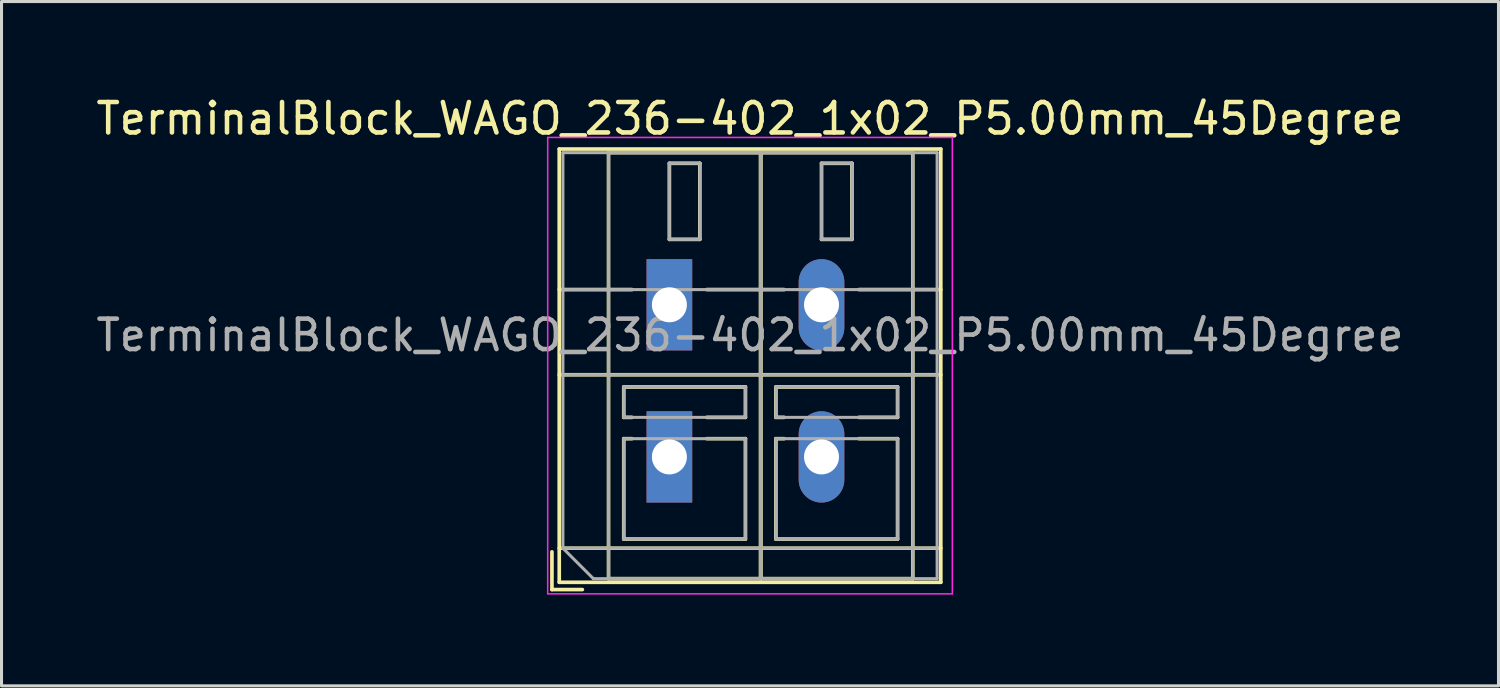
<source format=kicad_pcb>
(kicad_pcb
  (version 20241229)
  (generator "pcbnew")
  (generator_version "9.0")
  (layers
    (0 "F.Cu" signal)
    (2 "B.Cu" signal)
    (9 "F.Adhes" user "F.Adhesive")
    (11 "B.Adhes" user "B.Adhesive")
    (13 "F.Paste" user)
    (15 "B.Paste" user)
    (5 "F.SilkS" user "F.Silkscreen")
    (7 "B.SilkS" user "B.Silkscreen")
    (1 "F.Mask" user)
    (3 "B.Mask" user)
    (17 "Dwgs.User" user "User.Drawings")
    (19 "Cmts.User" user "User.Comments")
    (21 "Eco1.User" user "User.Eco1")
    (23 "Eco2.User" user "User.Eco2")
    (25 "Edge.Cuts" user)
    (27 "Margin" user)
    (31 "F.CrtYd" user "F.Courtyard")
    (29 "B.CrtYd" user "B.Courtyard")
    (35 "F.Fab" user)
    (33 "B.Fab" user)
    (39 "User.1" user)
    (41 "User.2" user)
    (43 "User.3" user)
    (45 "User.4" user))
  (footprint "TerminalBlock_WAGO_236-402_1x02_P5.00mm_45Degree"
    (layer "F.Cu")
    (at 18.951 6.968)
    (property "Reference" "TerminalBlock_WAGO_236-402_1x02_P5.00mm_45Degree" (at 2.65 -6.12 0) (layer "F.SilkS") (effects (font (size 1 1) (thickness 0.15))))
    (attr through_hole)
    (fp_line (start -3.86 8.12) (end -3.86 9.36) (stroke (width 0.12) (type solid)) (layer "F.SilkS"))
    (fp_line (start -3.86 9.36) (end -2.86 9.36) (stroke (width 0.12) (type solid)) (layer "F.SilkS"))
    (fp_line (start -3.62 -5.12) (end -3.62 9.12) (stroke (width 0.12) (type solid)) (layer "F.SilkS"))
    (fp_line (start -3.62 -5.12) (end 8.921 -5.12) (stroke (width 0.12) (type solid)) (layer "F.SilkS"))
    (fp_line (start -3.62 -0.5) (end -1.23 -0.5) (stroke (width 0.12) (type solid)) (layer "F.SilkS"))
    (fp_line (start -3.62 2.3) (end 8.921 2.3) (stroke (width 0.12) (type solid)) (layer "F.SilkS"))
    (fp_line (start -3.62 8) (end 8.921 8) (stroke (width 0.12) (type solid)) (layer "F.SilkS"))
    (fp_line (start -3.62 9.12) (end 8.921 9.12) (stroke (width 0.12) (type solid)) (layer "F.SilkS"))
    (fp_line (start -2 -5) (end -2 9) (stroke (width 0.12) (type solid)) (layer "F.SilkS"))
    (fp_line (start -2 -5) (end 3 -5) (stroke (width 0.12) (type solid)) (layer "F.SilkS"))
    (fp_line (start -2 9) (end 3 9) (stroke (width 0.12) (type solid)) (layer "F.SilkS"))
    (fp_line (start -1.5 2.7) (end -1.5 3.7) (stroke (width 0.12) (type solid)) (layer "F.SilkS"))
    (fp_line (start -1.5 2.7) (end 2.5 2.7) (stroke (width 0.12) (type solid)) (layer "F.SilkS"))
    (fp_line (start -1.5 3.7) (end -1.23 3.7) (stroke (width 0.12) (type solid)) (layer "F.SilkS"))
    (fp_line (start -1.5 4.4) (end -1.5 7.7) (stroke (width 0.12) (type solid)) (layer "F.SilkS"))
    (fp_line (start -1.5 4.4) (end -1.23 4.4) (stroke (width 0.12) (type solid)) (layer "F.SilkS"))
    (fp_line (start -1.5 7.7) (end 2.5 7.7) (stroke (width 0.12) (type solid)) (layer "F.SilkS"))
    (fp_line (start 0 -4.65) (end 0 -2.151) (stroke (width 0.12) (type solid)) (layer "F.SilkS"))
    (fp_line (start 0 -4.65) (end 1 -4.65) (stroke (width 0.12) (type solid)) (layer "F.SilkS"))
    (fp_line (start 0 -2.151) (end 1 -2.151) (stroke (width 0.12) (type solid)) (layer "F.SilkS"))
    (fp_line (start 1 -4.65) (end 1 -2.151) (stroke (width 0.12) (type solid)) (layer "F.SilkS"))
    (fp_line (start 1.23 -0.5) (end 3.77 -0.5) (stroke (width 0.12) (type solid)) (layer "F.SilkS"))
    (fp_line (start 1.23 3.7) (end 2.5 3.7) (stroke (width 0.12) (type solid)) (layer "F.SilkS"))
    (fp_line (start 1.23 4.4) (end 2.5 4.4) (stroke (width 0.12) (type solid)) (layer "F.SilkS"))
    (fp_line (start 2.5 2.7) (end 2.5 3.7) (stroke (width 0.12) (type solid)) (layer "F.SilkS"))
    (fp_line (start 2.5 4.4) (end 2.5 7.7) (stroke (width 0.12) (type solid)) (layer "F.SilkS"))
    (fp_line (start 3 -5) (end 3 9) (stroke (width 0.12) (type solid)) (layer "F.SilkS"))
    (fp_line (start 3 -5) (end 3 9) (stroke (width 0.12) (type solid)) (layer "F.SilkS"))
    (fp_line (start 3 -5) (end 8 -5) (stroke (width 0.12) (type solid)) (layer "F.SilkS"))
    (fp_line (start 3 9) (end 8 9) (stroke (width 0.12) (type solid)) (layer "F.SilkS"))
    (fp_line (start 3.5 2.7) (end 3.5 3.7) (stroke (width 0.12) (type solid)) (layer "F.SilkS"))
    (fp_line (start 3.5 2.7) (end 7.5 2.7) (stroke (width 0.12) (type solid)) (layer "F.SilkS"))
    (fp_line (start 3.5 3.7) (end 3.77 3.7) (stroke (width 0.12) (type solid)) (layer "F.SilkS"))
    (fp_line (start 3.5 4.4) (end 3.5 7.7) (stroke (width 0.12) (type solid)) (layer "F.SilkS"))
    (fp_line (start 3.5 4.4) (end 3.77 4.4) (stroke (width 0.12) (type solid)) (layer "F.SilkS"))
    (fp_line (start 3.5 7.7) (end 7.5 7.7) (stroke (width 0.12) (type solid)) (layer "F.SilkS"))
    (fp_line (start 5 -4.65) (end 5 -2.151) (stroke (width 0.12) (type solid)) (layer "F.SilkS"))
    (fp_line (start 5 -4.65) (end 6 -4.65) (stroke (width 0.12) (type solid)) (layer "F.SilkS"))
    (fp_line (start 5 -2.151) (end 6 -2.151) (stroke (width 0.12) (type solid)) (layer "F.SilkS"))
    (fp_line (start 6 -4.65) (end 6 -2.151) (stroke (width 0.12) (type solid)) (layer "F.SilkS"))
    (fp_line (start 6.23 -0.5) (end 8.921 -0.5) (stroke (width 0.12) (type solid)) (layer "F.SilkS"))
    (fp_line (start 6.23 3.7) (end 7.5 3.7) (stroke (width 0.12) (type solid)) (layer "F.SilkS"))
    (fp_line (start 6.23 4.4) (end 7.5 4.4) (stroke (width 0.12) (type solid)) (layer "F.SilkS"))
    (fp_line (start 7.5 2.7) (end 7.5 3.7) (stroke (width 0.12) (type solid)) (layer "F.SilkS"))
    (fp_line (start 7.5 4.4) (end 7.5 7.7) (stroke (width 0.12) (type solid)) (layer "F.SilkS"))
    (fp_line (start 8 -5) (end 8 9) (stroke (width 0.12) (type solid)) (layer "F.SilkS"))
    (fp_line (start 8.921 -5.12) (end 8.921 9.12) (stroke (width 0.12) (type solid)) (layer "F.SilkS"))
    (fp_line (start -4 -5.5) (end -4 9.5) (stroke (width 0.05) (type solid)) (layer "F.CrtYd"))
    (fp_line (start -4 9.5) (end 9.3 9.5) (stroke (width 0.05) (type solid)) (layer "F.CrtYd"))
    (fp_line (start 9.3 -5.5) (end -4 -5.5) (stroke (width 0.05) (type solid)) (layer "F.CrtYd"))
    (fp_line (start 9.3 9.5) (end 9.3 -5.5) (stroke (width 0.05) (type solid)) (layer "F.CrtYd"))
    (fp_line (start -3.5 -5) (end 8.8 -5) (stroke (width 0.1) (type solid)) (layer "F.Fab"))
    (fp_line (start -3.5 -0.5) (end 8.8 -0.5) (stroke (width 0.1) (type solid)) (layer "F.Fab"))
    (fp_line (start -3.5 2.3) (end 8.8 2.3) (stroke (width 0.1) (type solid)) (layer "F.Fab"))
    (fp_line (start -3.5 8) (end -3.5 -5) (stroke (width 0.1) (type solid)) (layer "F.Fab"))
    (fp_line (start -3.5 8) (end 8.8 8) (stroke (width 0.1) (type solid)) (layer "F.Fab"))
    (fp_line (start -2.5 9) (end -3.5 8) (stroke (width 0.1) (type solid)) (layer "F.Fab"))
    (fp_line (start -2 -5) (end -2 9) (stroke (width 0.1) (type solid)) (layer "F.Fab"))
    (fp_line (start -2 9) (end 3 9) (stroke (width 0.1) (type solid)) (layer "F.Fab"))
    (fp_line (start -1.5 2.7) (end -1.5 3.7) (stroke (width 0.1) (type solid)) (layer "F.Fab"))
    (fp_line (start -1.5 3.7) (end 2.5 3.7) (stroke (width 0.1) (type solid)) (layer "F.Fab"))
    (fp_line (start -1.5 4.4) (end -1.5 7.7) (stroke (width 0.1) (type solid)) (layer "F.Fab"))
    (fp_line (start -1.5 7.7) (end 2.5 7.7) (stroke (width 0.1) (type solid)) (layer "F.Fab"))
    (fp_line (start 0 -4.65) (end 0 -2.15) (stroke (width 0.1) (type solid)) (layer "F.Fab"))
    (fp_line (start 0 -2.15) (end 1 -2.15) (stroke (width 0.1) (type solid)) (layer "F.Fab"))
    (fp_line (start 1 -4.65) (end 0 -4.65) (stroke (width 0.1) (type solid)) (layer "F.Fab"))
    (fp_line (start 1 -2.15) (end 1 -4.65) (stroke (width 0.1) (type solid)) (layer "F.Fab"))
    (fp_line (start 2.5 2.7) (end -1.5 2.7) (stroke (width 0.1) (type solid)) (layer "F.Fab"))
    (fp_line (start 2.5 3.7) (end 2.5 2.7) (stroke (width 0.1) (type solid)) (layer "F.Fab"))
    (fp_line (start 2.5 4.4) (end -1.5 4.4) (stroke (width 0.1) (type solid)) (layer "F.Fab"))
    (fp_line (start 2.5 7.7) (end 2.5 4.4) (stroke (width 0.1) (type solid)) (layer "F.Fab"))
    (fp_line (start 3 -5) (end -2 -5) (stroke (width 0.1) (type solid)) (layer "F.Fab"))
    (fp_line (start 3 -5) (end 3 9) (stroke (width 0.1) (type solid)) (layer "F.Fab"))
    (fp_line (start 3 9) (end 3 -5) (stroke (width 0.1) (type solid)) (layer "F.Fab"))
    (fp_line (start 3 9) (end 8 9) (stroke (width 0.1) (type solid)) (layer "F.Fab"))
    (fp_line (start 3.5 2.7) (end 3.5 3.7) (stroke (width 0.1) (type solid)) (layer "F.Fab"))
    (fp_line (start 3.5 3.7) (end 7.5 3.7) (stroke (width 0.1) (type solid)) (layer "F.Fab"))
    (fp_line (start 3.5 4.4) (end 3.5 7.7) (stroke (width 0.1) (type solid)) (layer "F.Fab"))
    (fp_line (start 3.5 7.7) (end 7.5 7.7) (stroke (width 0.1) (type solid)) (layer "F.Fab"))
    (fp_line (start 5 -4.65) (end 5 -2.15) (stroke (width 0.1) (type solid)) (layer "F.Fab"))
    (fp_line (start 5 -2.15) (end 6 -2.15) (stroke (width 0.1) (type solid)) (layer "F.Fab"))
    (fp_line (start 6 -4.65) (end 5 -4.65) (stroke (width 0.1) (type solid)) (layer "F.Fab"))
    (fp_line (start 6 -2.15) (end 6 -4.65) (stroke (width 0.1) (type solid)) (layer "F.Fab"))
    (fp_line (start 7.5 2.7) (end 3.5 2.7) (stroke (width 0.1) (type solid)) (layer "F.Fab"))
    (fp_line (start 7.5 3.7) (end 7.5 2.7) (stroke (width 0.1) (type solid)) (layer "F.Fab"))
    (fp_line (start 7.5 4.4) (end 3.5 4.4) (stroke (width 0.1) (type solid)) (layer "F.Fab"))
    (fp_line (start 7.5 7.7) (end 7.5 4.4) (stroke (width 0.1) (type solid)) (layer "F.Fab"))
    (fp_line (start 8 -5) (end 3 -5) (stroke (width 0.1) (type solid)) (layer "F.Fab"))
    (fp_line (start 8 9) (end 8 -5) (stroke (width 0.1) (type solid)) (layer "F.Fab"))
    (fp_line (start 8.8 -5) (end 8.8 9) (stroke (width 0.1) (type solid)) (layer "F.Fab"))
    (fp_line (start 8.8 9) (end -2.5 9) (stroke (width 0.1) (type solid)) (layer "F.Fab"))
    (fp_text user "${REFERENCE}" (at 2.65 1 0) (layer "F.Fab") (effects (font (size 1 1) (thickness 0.15))))
    (pad "1" thru_hole rect (at 0 0) (size 1.5 3) (drill 1.15) (layers "*.Cu" "*.Mask"))
    (pad "1" thru_hole rect (at 0 5) (size 1.5 3) (drill 1.15) (layers "*.Cu" "*.Mask"))
    (pad "2" thru_hole oval (at 5 0) (size 1.5 3) (drill 1.15) (layers "*.Cu" "*.Mask"))
    (pad "2" thru_hole oval (at 5 5) (size 1.5 3) (drill 1.15) (layers "*.Cu" "*.Mask")))
  (gr_rect
    (start -3 -3)
    (end 46.202 19.493)
    (stroke (width 0.1) (type default))
    (fill no)
    (layer "Edge.Cuts")))
</source>
